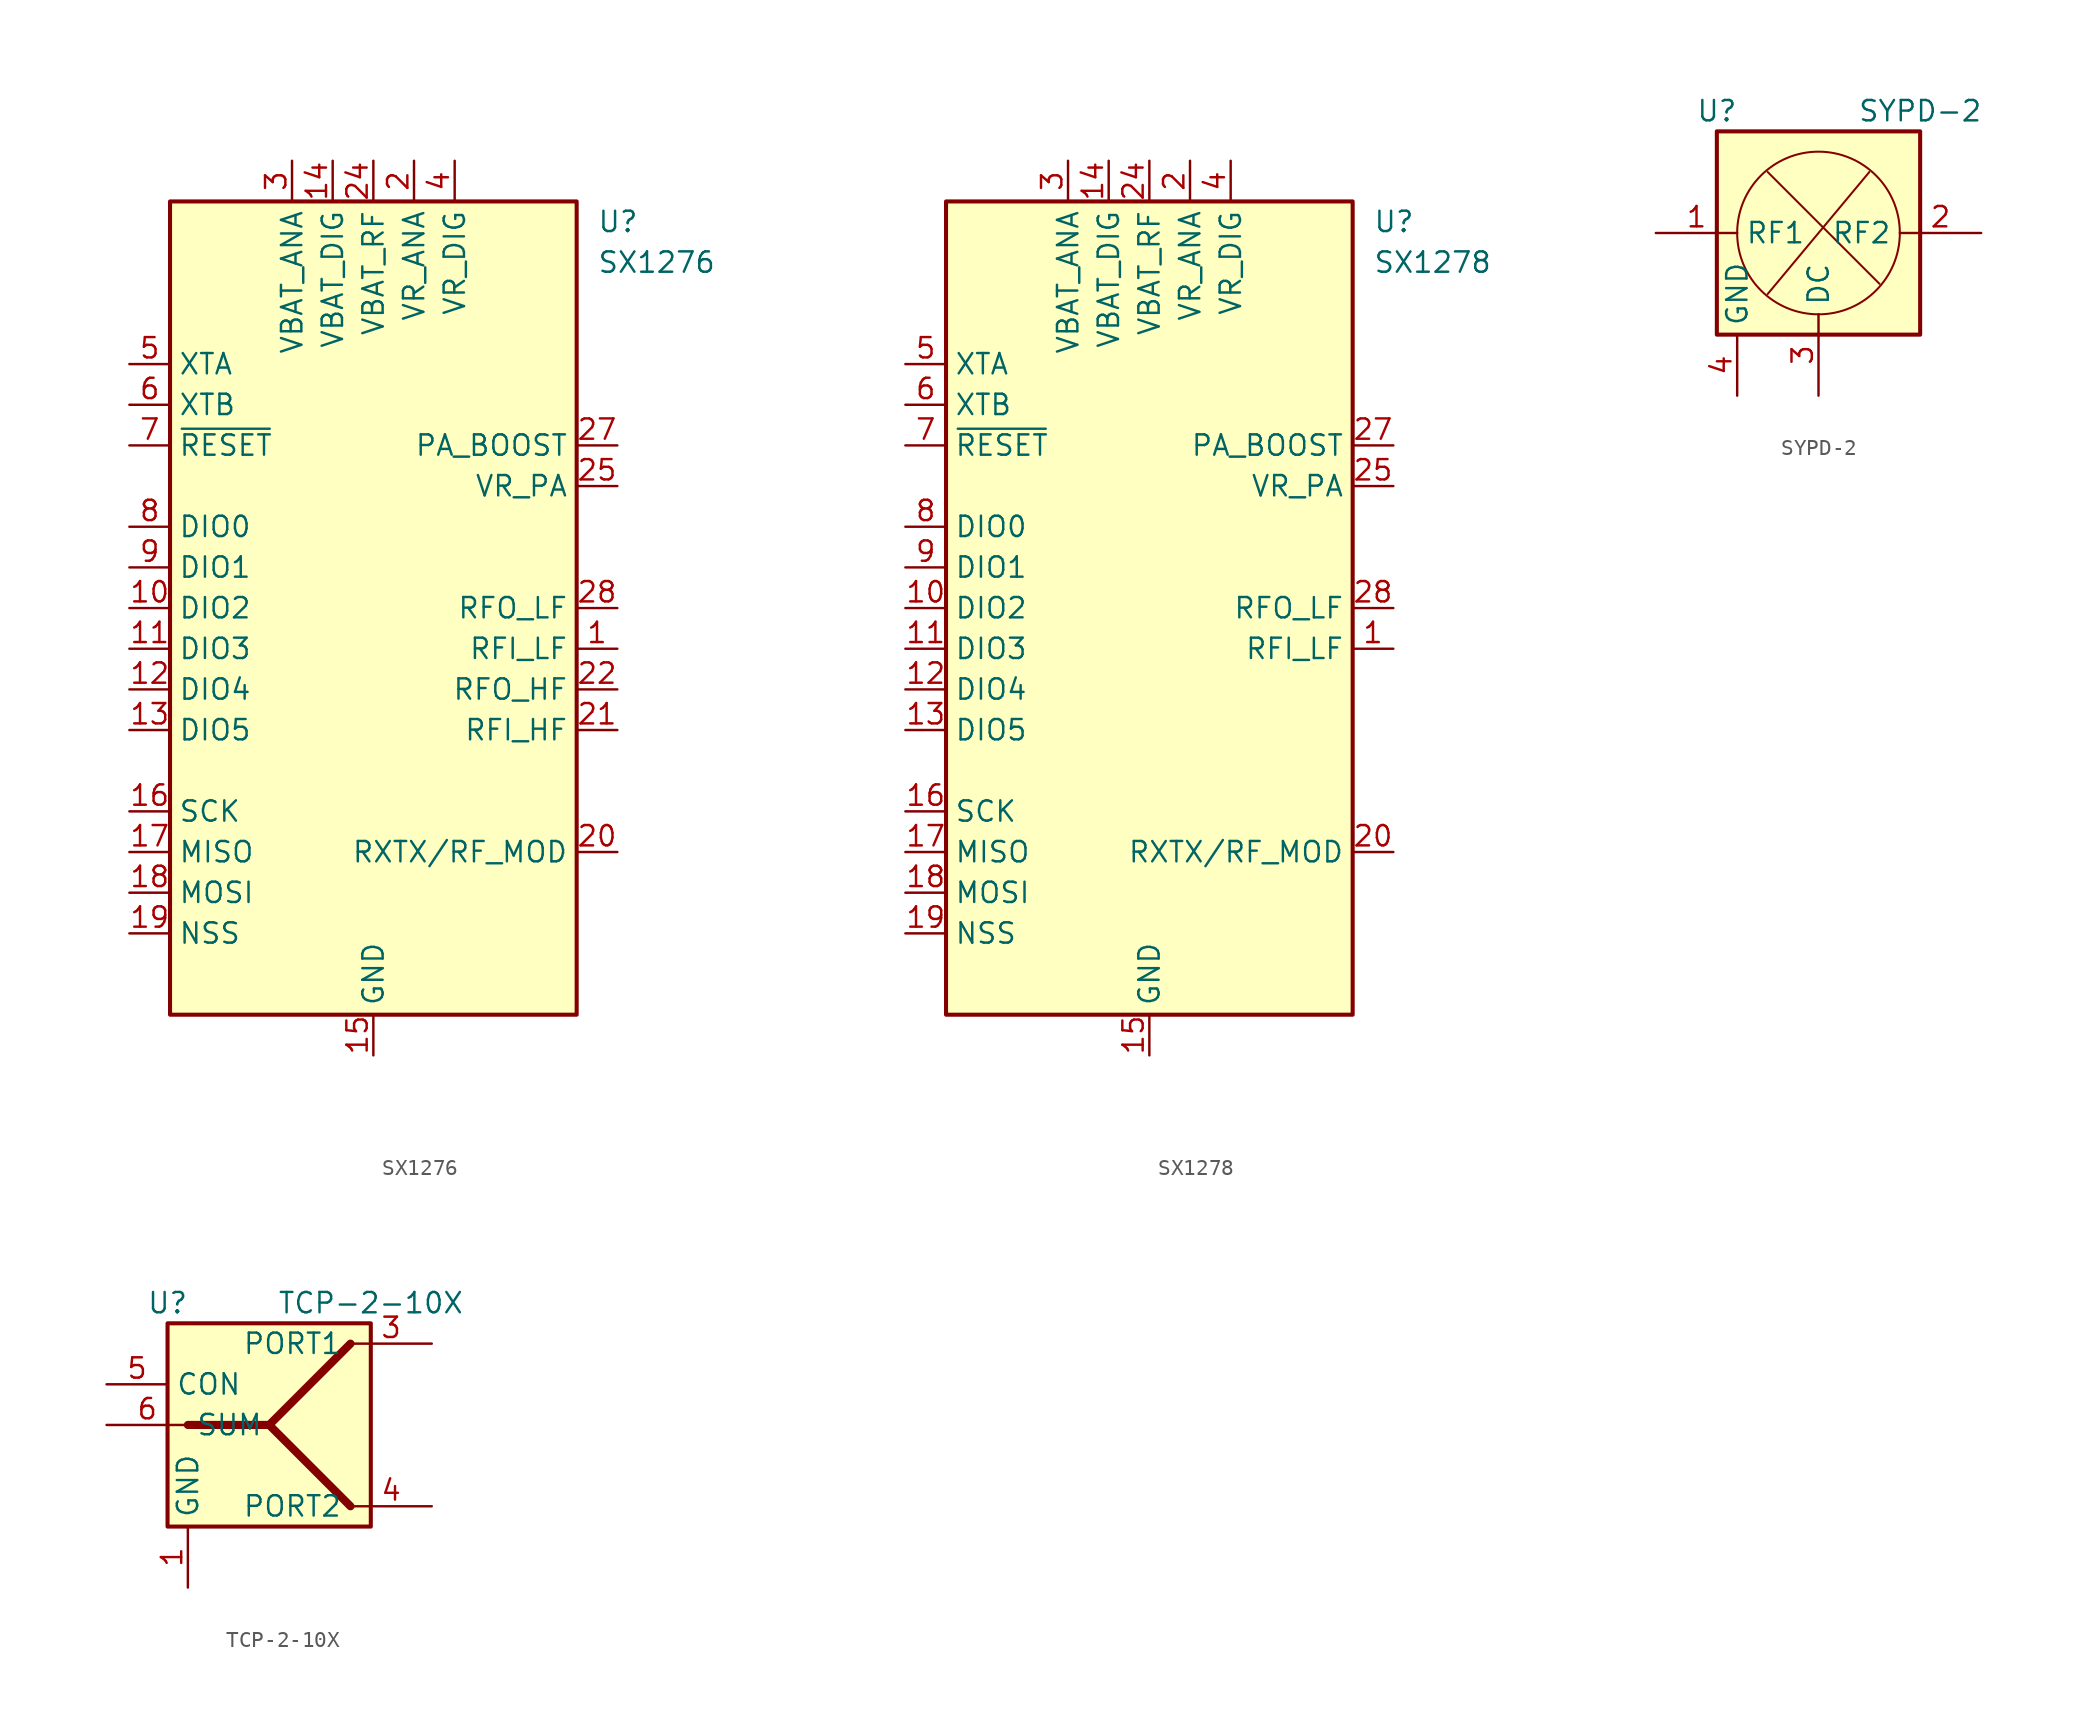
<source format=kicad_sym>
(kicad_symbol_lib
  (version 20231120)
  (generator "kicad_symbol_editor")
  (generator_version "8.0")
  (symbol "SX1276"
    (property "Reference" "U"
      (at 13.97 24.13 0)
      (effects (font (size 1.27 1.27)) (justify left)))
    (property "Value" "SX1276"
      (at 13.97 21.59 0)
      (effects (font (size 1.27 1.27)) (justify left)))
    (symbol "SX1276_0_1"
      (rectangle (start -12.7 25.4) (end 12.7 -25.4) (stroke (width 0.254) (type default)) (fill (type background))))
    (symbol "SX1276_1_1"
      (pin input line (at 15.24 -2.54 180) (length 2.54) (name "RFI_LF" (effects (font (size 1.27 1.27)))) (number "1" (effects (font (size 1.27 1.27)))))
      (pin bidirectional line (at -15.24 0 0) (length 2.54) (name "DIO2" (effects (font (size 1.27 1.27)))) (number "10" (effects (font (size 1.27 1.27)))))
      (pin bidirectional line (at -15.24 -2.54 0) (length 2.54) (name "DIO3" (effects (font (size 1.27 1.27)))) (number "11" (effects (font (size 1.27 1.27)))))
      (pin bidirectional line (at -15.24 -5.08 0) (length 2.54) (name "DIO4" (effects (font (size 1.27 1.27)))) (number "12" (effects (font (size 1.27 1.27)))))
      (pin bidirectional line (at -15.24 -7.62 0) (length 2.54) (name "DIO5" (effects (font (size 1.27 1.27)))) (number "13" (effects (font (size 1.27 1.27)))))
      (pin power_in line (at -2.54 27.94 270) (length 2.54) (name "VBAT_DIG" (effects (font (size 1.27 1.27)))) (number "14" (effects (font (size 1.27 1.27)))))
      (pin power_in line (at 0 -27.94 90) (length 2.54) (name "GND" (effects (font (size 1.27 1.27)))) (number "15" (effects (font (size 1.27 1.27)))))
      (pin input line (at -15.24 -12.7 0) (length 2.54) (name "SCK" (effects (font (size 1.27 1.27)))) (number "16" (effects (font (size 1.27 1.27)))))
      (pin output line (at -15.24 -15.24 0) (length 2.54) (name "MISO" (effects (font (size 1.27 1.27)))) (number "17" (effects (font (size 1.27 1.27)))))
      (pin input line (at -15.24 -17.78 0) (length 2.54) (name "MOSI" (effects (font (size 1.27 1.27)))) (number "18" (effects (font (size 1.27 1.27)))))
      (pin input line (at -15.24 -20.32 0) (length 2.54) (name "NSS" (effects (font (size 1.27 1.27)))) (number "19" (effects (font (size 1.27 1.27)))))
      (pin power_in line (at 2.54 27.94 270) (length 2.54) (name "VR_ANA" (effects (font (size 1.27 1.27)))) (number "2" (effects (font (size 1.27 1.27)))))
      (pin output line (at 15.24 -15.24 180) (length 2.54) (name "RXTX/RF_MOD" (effects (font (size 1.27 1.27)))) (number "20" (effects (font (size 1.27 1.27)))))
      (pin input line (at 15.24 -7.62 180) (length 2.54) (name "RFI_HF" (effects (font (size 1.27 1.27)))) (number "21" (effects (font (size 1.27 1.27)))))
      (pin output line (at 15.24 -5.08 180) (length 2.54) (name "RFO_HF" (effects (font (size 1.27 1.27)))) (number "22" (effects (font (size 1.27 1.27)))))
      (pin passive line (at 0 -27.94 90) (length 2.54) hide (name "GND" (effects (font (size 1.27 1.27)))) (number "23" (effects (font (size 1.27 1.27)))))
      (pin power_in line (at 0 27.94 270) (length 2.54) (name "VBAT_RF" (effects (font (size 1.27 1.27)))) (number "24" (effects (font (size 1.27 1.27)))))
      (pin power_out line (at 15.24 7.62 180) (length 2.54) (name "VR_PA" (effects (font (size 1.27 1.27)))) (number "25" (effects (font (size 1.27 1.27)))))
      (pin passive line (at 0 -27.94 90) (length 2.54) hide (name "GND" (effects (font (size 1.27 1.27)))) (number "26" (effects (font (size 1.27 1.27)))))
      (pin power_out line (at 15.24 10.16 180) (length 2.54) (name "PA_BOOST" (effects (font (size 1.27 1.27)))) (number "27" (effects (font (size 1.27 1.27)))))
      (pin output line (at 15.24 0 180) (length 2.54) (name "RFO_LF" (effects (font (size 1.27 1.27)))) (number "28" (effects (font (size 1.27 1.27)))))
      (pin passive line (at 0 -27.94 90) (length 2.54) hide (name "GND" (effects (font (size 1.27 1.27)))) (number "29" (effects (font (size 1.27 1.27)))))
      (pin power_in line (at -5.08 27.94 270) (length 2.54) (name "VBAT_ANA" (effects (font (size 1.27 1.27)))) (number "3" (effects (font (size 1.27 1.27)))))
      (pin power_in line (at 5.08 27.94 270) (length 2.54) (name "VR_DIG" (effects (font (size 1.27 1.27)))) (number "4" (effects (font (size 1.27 1.27)))))
      (pin bidirectional line (at -15.24 15.24 0) (length 2.54) (name "XTA" (effects (font (size 1.27 1.27)))) (number "5" (effects (font (size 1.27 1.27)))))
      (pin bidirectional line (at -15.24 12.7 0) (length 2.54) (name "XTB" (effects (font (size 1.27 1.27)))) (number "6" (effects (font (size 1.27 1.27)))))
      (pin input line (at -15.24 10.16 0) (length 2.54) (name "~{RESET}" (effects (font (size 1.27 1.27)))) (number "7" (effects (font (size 1.27 1.27)))))
      (pin bidirectional line (at -15.24 5.08 0) (length 2.54) (name "DIO0" (effects (font (size 1.27 1.27)))) (number "8" (effects (font (size 1.27 1.27)))))
      (pin bidirectional line (at -15.24 2.54 0) (length 2.54) (name "DIO1" (effects (font (size 1.27 1.27)))) (number "9" (effects (font (size 1.27 1.27)))))))
  (symbol "SX1278"
    (property "Reference" "U"
      (at 13.97 24.13 0)
      (effects (font (size 1.27 1.27)) (justify left)))
    (property "Value" "SX1278"
      (at 13.97 21.59 0)
      (effects (font (size 1.27 1.27)) (justify left)))
    (symbol "SX1278_0_1"
      (rectangle (start -12.7 25.4) (end 12.7 -25.4) (stroke (width 0.254) (type default)) (fill (type background))))
    (symbol "SX1278_1_1"
      (pin input line (at 15.24 -2.54 180) (length 2.54) (name "RFI_LF" (effects (font (size 1.27 1.27)))) (number "1" (effects (font (size 1.27 1.27)))))
      (pin bidirectional line (at -15.24 0 0) (length 2.54) (name "DIO2" (effects (font (size 1.27 1.27)))) (number "10" (effects (font (size 1.27 1.27)))))
      (pin bidirectional line (at -15.24 -2.54 0) (length 2.54) (name "DIO3" (effects (font (size 1.27 1.27)))) (number "11" (effects (font (size 1.27 1.27)))))
      (pin bidirectional line (at -15.24 -5.08 0) (length 2.54) (name "DIO4" (effects (font (size 1.27 1.27)))) (number "12" (effects (font (size 1.27 1.27)))))
      (pin bidirectional line (at -15.24 -7.62 0) (length 2.54) (name "DIO5" (effects (font (size 1.27 1.27)))) (number "13" (effects (font (size 1.27 1.27)))))
      (pin power_in line (at -2.54 27.94 270) (length 2.54) (name "VBAT_DIG" (effects (font (size 1.27 1.27)))) (number "14" (effects (font (size 1.27 1.27)))))
      (pin power_in line (at 0 -27.94 90) (length 2.54) (name "GND" (effects (font (size 1.27 1.27)))) (number "15" (effects (font (size 1.27 1.27)))))
      (pin input line (at -15.24 -12.7 0) (length 2.54) (name "SCK" (effects (font (size 1.27 1.27)))) (number "16" (effects (font (size 1.27 1.27)))))
      (pin output line (at -15.24 -15.24 0) (length 2.54) (name "MISO" (effects (font (size 1.27 1.27)))) (number "17" (effects (font (size 1.27 1.27)))))
      (pin input line (at -15.24 -17.78 0) (length 2.54) (name "MOSI" (effects (font (size 1.27 1.27)))) (number "18" (effects (font (size 1.27 1.27)))))
      (pin input line (at -15.24 -20.32 0) (length 2.54) (name "NSS" (effects (font (size 1.27 1.27)))) (number "19" (effects (font (size 1.27 1.27)))))
      (pin power_in line (at 2.54 27.94 270) (length 2.54) (name "VR_ANA" (effects (font (size 1.27 1.27)))) (number "2" (effects (font (size 1.27 1.27)))))
      (pin output line (at 15.24 -15.24 180) (length 2.54) (name "RXTX/RF_MOD" (effects (font (size 1.27 1.27)))) (number "20" (effects (font (size 1.27 1.27)))))
      (pin passive line (at 0 -27.94 90) (length 2.54) hide (name "GND" (effects (font (size 1.27 1.27)))) (number "21" (effects (font (size 1.27 1.27)))))
      (pin passive line (at 0 -27.94 90) (length 2.54) hide (name "GND" (effects (font (size 1.27 1.27)))) (number "22" (effects (font (size 1.27 1.27)))))
      (pin passive line (at 0 -27.94 90) (length 2.54) hide (name "GND" (effects (font (size 1.27 1.27)))) (number "23" (effects (font (size 1.27 1.27)))))
      (pin power_in line (at 0 27.94 270) (length 2.54) (name "VBAT_RF" (effects (font (size 1.27 1.27)))) (number "24" (effects (font (size 1.27 1.27)))))
      (pin power_out line (at 15.24 7.62 180) (length 2.54) (name "VR_PA" (effects (font (size 1.27 1.27)))) (number "25" (effects (font (size 1.27 1.27)))))
      (pin passive line (at 0 -27.94 90) (length 2.54) hide (name "GND" (effects (font (size 1.27 1.27)))) (number "26" (effects (font (size 1.27 1.27)))))
      (pin power_out line (at 15.24 10.16 180) (length 2.54) (name "PA_BOOST" (effects (font (size 1.27 1.27)))) (number "27" (effects (font (size 1.27 1.27)))))
      (pin output line (at 15.24 0 180) (length 2.54) (name "RFO_LF" (effects (font (size 1.27 1.27)))) (number "28" (effects (font (size 1.27 1.27)))))
      (pin passive line (at 0 -27.94 90) (length 2.54) hide (name "GND" (effects (font (size 1.27 1.27)))) (number "29" (effects (font (size 1.27 1.27)))))
      (pin power_in line (at -5.08 27.94 270) (length 2.54) (name "VBAT_ANA" (effects (font (size 1.27 1.27)))) (number "3" (effects (font (size 1.27 1.27)))))
      (pin power_in line (at 5.08 27.94 270) (length 2.54) (name "VR_DIG" (effects (font (size 1.27 1.27)))) (number "4" (effects (font (size 1.27 1.27)))))
      (pin bidirectional line (at -15.24 15.24 0) (length 2.54) (name "XTA" (effects (font (size 1.27 1.27)))) (number "5" (effects (font (size 1.27 1.27)))))
      (pin bidirectional line (at -15.24 12.7 0) (length 2.54) (name "XTB" (effects (font (size 1.27 1.27)))) (number "6" (effects (font (size 1.27 1.27)))))
      (pin input line (at -15.24 10.16 0) (length 2.54) (name "~{RESET}" (effects (font (size 1.27 1.27)))) (number "7" (effects (font (size 1.27 1.27)))))
      (pin bidirectional line (at -15.24 5.08 0) (length 2.54) (name "DIO0" (effects (font (size 1.27 1.27)))) (number "8" (effects (font (size 1.27 1.27)))))
      (pin bidirectional line (at -15.24 2.54 0) (length 2.54) (name "DIO1" (effects (font (size 1.27 1.27)))) (number "9" (effects (font (size 1.27 1.27)))))))
  (symbol "SYPD-2"
    (property "Reference" "U"
      (at -6.35 7.62 0)
      (effects (font (size 1.27 1.27))))
    (property "Value" "SYPD-2"
      (at 6.35 7.62 0)
      (effects (font (size 1.27 1.27))))
    (symbol "SYPD-2_0_1"
      (rectangle (start -6.35 6.35) (end 6.35 -6.35) (stroke (width 0.254) (type default)) (fill (type background)))
      (polyline (pts (xy -3.175 -3.81) (xy 3.175 3.81)) (stroke (width 0.127) (type default)) (fill (type none)))
      (polyline (pts (xy 3.81 -3.175) (xy -3.175 3.81)) (stroke (width 0.127) (type default)) (fill (type none)))
      (circle (center 0 0) (radius 5.08) (stroke (width 0.127) (type default)) (fill (type none))))
    (symbol "SYPD-2_1_1"
      (pin input line (at -10.16 0 0) (length 5.08) (name "RF1" (effects (font (size 1.27 1.27)))) (number "1" (effects (font (size 1.27 1.27)))))
      (pin input line (at 10.16 0 180) (length 5.08) (name "RF2" (effects (font (size 1.27 1.27)))) (number "2" (effects (font (size 1.27 1.27)))))
      (pin output line (at 0 -10.16 90) (length 5.08) (name "DC" (effects (font (size 1.27 1.27)))) (number "3" (effects (font (size 1.27 1.27)))))
      (pin power_in line (at -5.08 -10.16 90) (length 3.81) (name "GND" (effects (font (size 1.27 1.27)))) (number "4" (effects (font (size 1.27 1.27)))))
      (pin passive line (at -5.08 -10.16 90) (length 3.81) hide (name "GND" (effects (font (size 1.27 1.27)))) (number "5" (effects (font (size 1.27 1.27)))))
      (pin passive line (at -5.08 -10.16 90) (length 3.81) hide (name "GND" (effects (font (size 1.27 1.27)))) (number "6" (effects (font (size 1.27 1.27)))))))
  (symbol "TCP-2-10X"
    (property "Reference" "U"
      (at -6.35 7.62 0)
      (effects (font (size 1.27 1.27))))
    (property "Value" "TCP-2-10X"
      (at 6.35 7.62 0)
      (effects (font (size 1.27 1.27))))
    (symbol "TCP-2-10X_0_1"
      (rectangle (start -6.35 6.35) (end 6.35 -6.35) (stroke (width 0.254) (type default)) (fill (type background)))
      (polyline (pts (xy 0 0) (xy 5.08 -5.08)) (stroke (width 0.508) (type default)) (fill (type none)))
      (polyline (pts (xy -5.08 0) (xy 0 0) (xy 5.08 5.08)) (stroke (width 0.508) (type default)) (fill (type none))))
    (symbol "TCP-2-10X_1_1"
      (pin passive line (at -5.08 -10.16 90) (length 3.81) (name "GND" (effects (font (size 1.27 1.27)))) (number "1" (effects (font (size 1.27 1.27)))))
      (pin passive line (at -10.16 2.54 0) (length 3.81) hide (name "CON" (effects (font (size 1.27 1.27)))) (number "2" (effects (font (size 1.27 1.27)))))
      (pin passive line (at 10.16 5.08 180) (length 5.08) (name "PORT1" (effects (font (size 1.27 1.27)))) (number "3" (effects (font (size 1.27 1.27)))))
      (pin passive line (at 10.16 -5.08 180) (length 5.08) (name "PORT2" (effects (font (size 1.27 1.27)))) (number "4" (effects (font (size 1.27 1.27)))))
      (pin passive line (at -10.16 2.54 0) (length 3.81) (name "CON" (effects (font (size 1.27 1.27)))) (number "5" (effects (font (size 1.27 1.27)))))
      (pin passive line (at -10.16 0 0) (length 5.08) (name "SUM" (effects (font (size 1.27 1.27)))) (number "6" (effects (font (size 1.27 1.27))))))))
</source>
